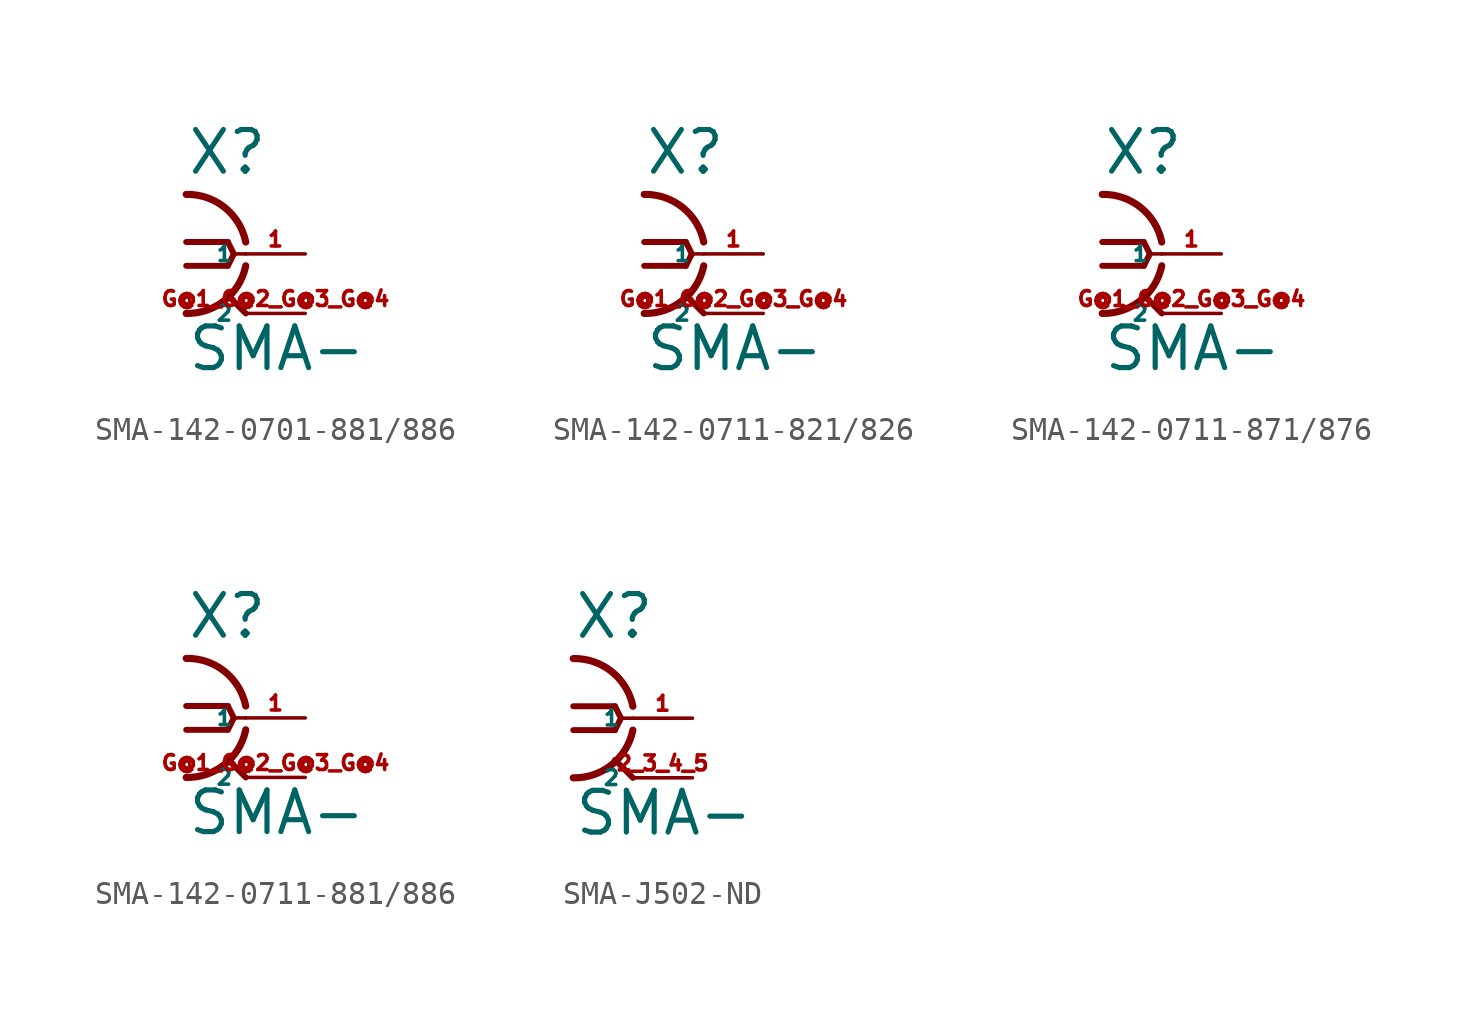
<source format=kicad_sym>
(kicad_symbol_lib
  (version 20220914)
  (generator Eagle2Kicad)
  (symbol "SMA-142-0701-881/886"
    (property "Reference" "X"
      (at -2.54 3.302 0)
      (effects (font (size 1.778 1.778) (thickness 0.22)) (justify left bottom)))
    (property "Value" "SMA-"
      (at -2.54 -5.08 0)
      (effects (font (size 1.778 1.778) (thickness 0.22)) (justify left bottom)))
    (polyline
      (pts (xy 0 -2.54) (xy -0.762 -1.778))
      (stroke (width 0.254) (type default))
      (fill (type none)))
    (polyline
      (pts (xy 0 0) (xy -0.508 0))
      (stroke (width 0.152) (type default))
      (fill (type none)))
    (polyline
      (pts (xy -2.54 0.508) (xy -0.762 0.508))
      (stroke (width 0.254) (type default))
      (fill (type none)))
    (polyline
      (pts (xy -0.762 0.508) (xy -0.508 0))
      (stroke (width 0.254) (type default))
      (fill (type none)))
    (polyline
      (pts (xy -0.508 0) (xy -0.762 -0.508))
      (stroke (width 0.254) (type default))
      (fill (type none)))
    (polyline
      (pts (xy -0.762 -0.508) (xy -2.54 -0.508))
      (stroke (width 0.254) (type default))
      (fill (type none)))
    (arc
      (start 0 0.508)
      (mid -0.902 1.984)
      (end -2.54 2.54)
      (stroke (width 0.3048) (type default))
      (fill (type none)))
    (arc
      (start -2.54 -2.54)
      (mid -0.902 -1.984)
      (end 0 -0.508)
      (stroke (width 0.3048) (type default))
      (fill (type none)))
    (pin passive line
      (at 2.54 0 180)
      (length 2.54)
      (name "1" (effects (font (size 0.635 0.635) (thickness 0.08)) (justify left bottom)))
      (number "1" (effects (font (size 0.635 0.635) (thickness 0.08)) (justify left bottom))))
    (pin passive line
      (at 2.54 -2.54 180)
      (length 2.54)
      (name "2" (effects (font (size 0.635 0.635) (thickness 0.08)) (justify left bottom)))
      (number "G@1 G@2 G@3 G@4" (effects (font (size 0.635 0.635) (thickness 0.08)) (justify left bottom)))))
  (symbol "SMA-142-0711-821/826"
    (property "Reference" "X"
      (at -2.54 3.302 0)
      (effects (font (size 1.778 1.778) (thickness 0.22)) (justify left bottom)))
    (property "Value" "SMA-"
      (at -2.54 -5.08 0)
      (effects (font (size 1.778 1.778) (thickness 0.22)) (justify left bottom)))
    (polyline
      (pts (xy 0 -2.54) (xy -0.762 -1.778))
      (stroke (width 0.254) (type default))
      (fill (type none)))
    (polyline
      (pts (xy 0 0) (xy -0.508 0))
      (stroke (width 0.152) (type default))
      (fill (type none)))
    (polyline
      (pts (xy -2.54 0.508) (xy -0.762 0.508))
      (stroke (width 0.254) (type default))
      (fill (type none)))
    (polyline
      (pts (xy -0.762 0.508) (xy -0.508 0))
      (stroke (width 0.254) (type default))
      (fill (type none)))
    (polyline
      (pts (xy -0.508 0) (xy -0.762 -0.508))
      (stroke (width 0.254) (type default))
      (fill (type none)))
    (polyline
      (pts (xy -0.762 -0.508) (xy -2.54 -0.508))
      (stroke (width 0.254) (type default))
      (fill (type none)))
    (arc
      (start 0 0.508)
      (mid -0.902 1.984)
      (end -2.54 2.54)
      (stroke (width 0.3048) (type default))
      (fill (type none)))
    (arc
      (start -2.54 -2.54)
      (mid -0.902 -1.984)
      (end 0 -0.508)
      (stroke (width 0.3048) (type default))
      (fill (type none)))
    (pin passive line
      (at 2.54 0 180)
      (length 2.54)
      (name "1" (effects (font (size 0.635 0.635) (thickness 0.08)) (justify left bottom)))
      (number "1" (effects (font (size 0.635 0.635) (thickness 0.08)) (justify left bottom))))
    (pin passive line
      (at 2.54 -2.54 180)
      (length 2.54)
      (name "2" (effects (font (size 0.635 0.635) (thickness 0.08)) (justify left bottom)))
      (number "G@1 G@2 G@3 G@4" (effects (font (size 0.635 0.635) (thickness 0.08)) (justify left bottom)))))
  (symbol "SMA-142-0711-871/876"
    (property "Reference" "X"
      (at -2.54 3.302 0)
      (effects (font (size 1.778 1.778) (thickness 0.22)) (justify left bottom)))
    (property "Value" "SMA-"
      (at -2.54 -5.08 0)
      (effects (font (size 1.778 1.778) (thickness 0.22)) (justify left bottom)))
    (polyline
      (pts (xy 0 -2.54) (xy -0.762 -1.778))
      (stroke (width 0.254) (type default))
      (fill (type none)))
    (polyline
      (pts (xy 0 0) (xy -0.508 0))
      (stroke (width 0.152) (type default))
      (fill (type none)))
    (polyline
      (pts (xy -2.54 0.508) (xy -0.762 0.508))
      (stroke (width 0.254) (type default))
      (fill (type none)))
    (polyline
      (pts (xy -0.762 0.508) (xy -0.508 0))
      (stroke (width 0.254) (type default))
      (fill (type none)))
    (polyline
      (pts (xy -0.508 0) (xy -0.762 -0.508))
      (stroke (width 0.254) (type default))
      (fill (type none)))
    (polyline
      (pts (xy -0.762 -0.508) (xy -2.54 -0.508))
      (stroke (width 0.254) (type default))
      (fill (type none)))
    (arc
      (start 0 0.508)
      (mid -0.902 1.984)
      (end -2.54 2.54)
      (stroke (width 0.3048) (type default))
      (fill (type none)))
    (arc
      (start -2.54 -2.54)
      (mid -0.902 -1.984)
      (end 0 -0.508)
      (stroke (width 0.3048) (type default))
      (fill (type none)))
    (pin passive line
      (at 2.54 0 180)
      (length 2.54)
      (name "1" (effects (font (size 0.635 0.635) (thickness 0.08)) (justify left bottom)))
      (number "1" (effects (font (size 0.635 0.635) (thickness 0.08)) (justify left bottom))))
    (pin passive line
      (at 2.54 -2.54 180)
      (length 2.54)
      (name "2" (effects (font (size 0.635 0.635) (thickness 0.08)) (justify left bottom)))
      (number "G@1 G@2 G@3 G@4" (effects (font (size 0.635 0.635) (thickness 0.08)) (justify left bottom)))))
  (symbol "SMA-142-0711-881/886"
    (property "Reference" "X"
      (at -2.54 3.302 0)
      (effects (font (size 1.778 1.778) (thickness 0.22)) (justify left bottom)))
    (property "Value" "SMA-"
      (at -2.54 -5.08 0)
      (effects (font (size 1.778 1.778) (thickness 0.22)) (justify left bottom)))
    (polyline
      (pts (xy 0 -2.54) (xy -0.762 -1.778))
      (stroke (width 0.254) (type default))
      (fill (type none)))
    (polyline
      (pts (xy 0 0) (xy -0.508 0))
      (stroke (width 0.152) (type default))
      (fill (type none)))
    (polyline
      (pts (xy -2.54 0.508) (xy -0.762 0.508))
      (stroke (width 0.254) (type default))
      (fill (type none)))
    (polyline
      (pts (xy -0.762 0.508) (xy -0.508 0))
      (stroke (width 0.254) (type default))
      (fill (type none)))
    (polyline
      (pts (xy -0.508 0) (xy -0.762 -0.508))
      (stroke (width 0.254) (type default))
      (fill (type none)))
    (polyline
      (pts (xy -0.762 -0.508) (xy -2.54 -0.508))
      (stroke (width 0.254) (type default))
      (fill (type none)))
    (arc
      (start 0 0.508)
      (mid -0.902 1.984)
      (end -2.54 2.54)
      (stroke (width 0.3048) (type default))
      (fill (type none)))
    (arc
      (start -2.54 -2.54)
      (mid -0.902 -1.984)
      (end 0 -0.508)
      (stroke (width 0.3048) (type default))
      (fill (type none)))
    (pin passive line
      (at 2.54 0 180)
      (length 2.54)
      (name "1" (effects (font (size 0.635 0.635) (thickness 0.08)) (justify left bottom)))
      (number "1" (effects (font (size 0.635 0.635) (thickness 0.08)) (justify left bottom))))
    (pin passive line
      (at 2.54 -2.54 180)
      (length 2.54)
      (name "2" (effects (font (size 0.635 0.635) (thickness 0.08)) (justify left bottom)))
      (number "G@1 G@2 G@3 G@4" (effects (font (size 0.635 0.635) (thickness 0.08)) (justify left bottom)))))
  (symbol "SMA-J502-ND"
    (property "Reference" "X"
      (at -2.54 3.302 0)
      (effects (font (size 1.778 1.778) (thickness 0.22)) (justify left bottom)))
    (property "Value" "SMA-"
      (at -2.54 -5.08 0)
      (effects (font (size 1.778 1.778) (thickness 0.22)) (justify left bottom)))
    (polyline
      (pts (xy 0 -2.54) (xy -0.762 -1.778))
      (stroke (width 0.254) (type default))
      (fill (type none)))
    (polyline
      (pts (xy 0 0) (xy -0.508 0))
      (stroke (width 0.152) (type default))
      (fill (type none)))
    (polyline
      (pts (xy -2.54 0.508) (xy -0.762 0.508))
      (stroke (width 0.254) (type default))
      (fill (type none)))
    (polyline
      (pts (xy -0.762 0.508) (xy -0.508 0))
      (stroke (width 0.254) (type default))
      (fill (type none)))
    (polyline
      (pts (xy -0.508 0) (xy -0.762 -0.508))
      (stroke (width 0.254) (type default))
      (fill (type none)))
    (polyline
      (pts (xy -0.762 -0.508) (xy -2.54 -0.508))
      (stroke (width 0.254) (type default))
      (fill (type none)))
    (arc
      (start 0 0.508)
      (mid -0.902 1.984)
      (end -2.54 2.54)
      (stroke (width 0.3048) (type default))
      (fill (type none)))
    (arc
      (start -2.54 -2.54)
      (mid -0.902 -1.984)
      (end 0 -0.508)
      (stroke (width 0.3048) (type default))
      (fill (type none)))
    (pin passive line
      (at 2.54 0 180)
      (length 2.54)
      (name "1" (effects (font (size 0.635 0.635) (thickness 0.08)) (justify left bottom)))
      (number "1" (effects (font (size 0.635 0.635) (thickness 0.08)) (justify left bottom))))
    (pin passive line
      (at 2.54 -2.54 180)
      (length 2.54)
      (name "2" (effects (font (size 0.635 0.635) (thickness 0.08)) (justify left bottom)))
      (number "2 3 4 5" (effects (font (size 0.635 0.635) (thickness 0.08)) (justify left bottom))))))
</source>
